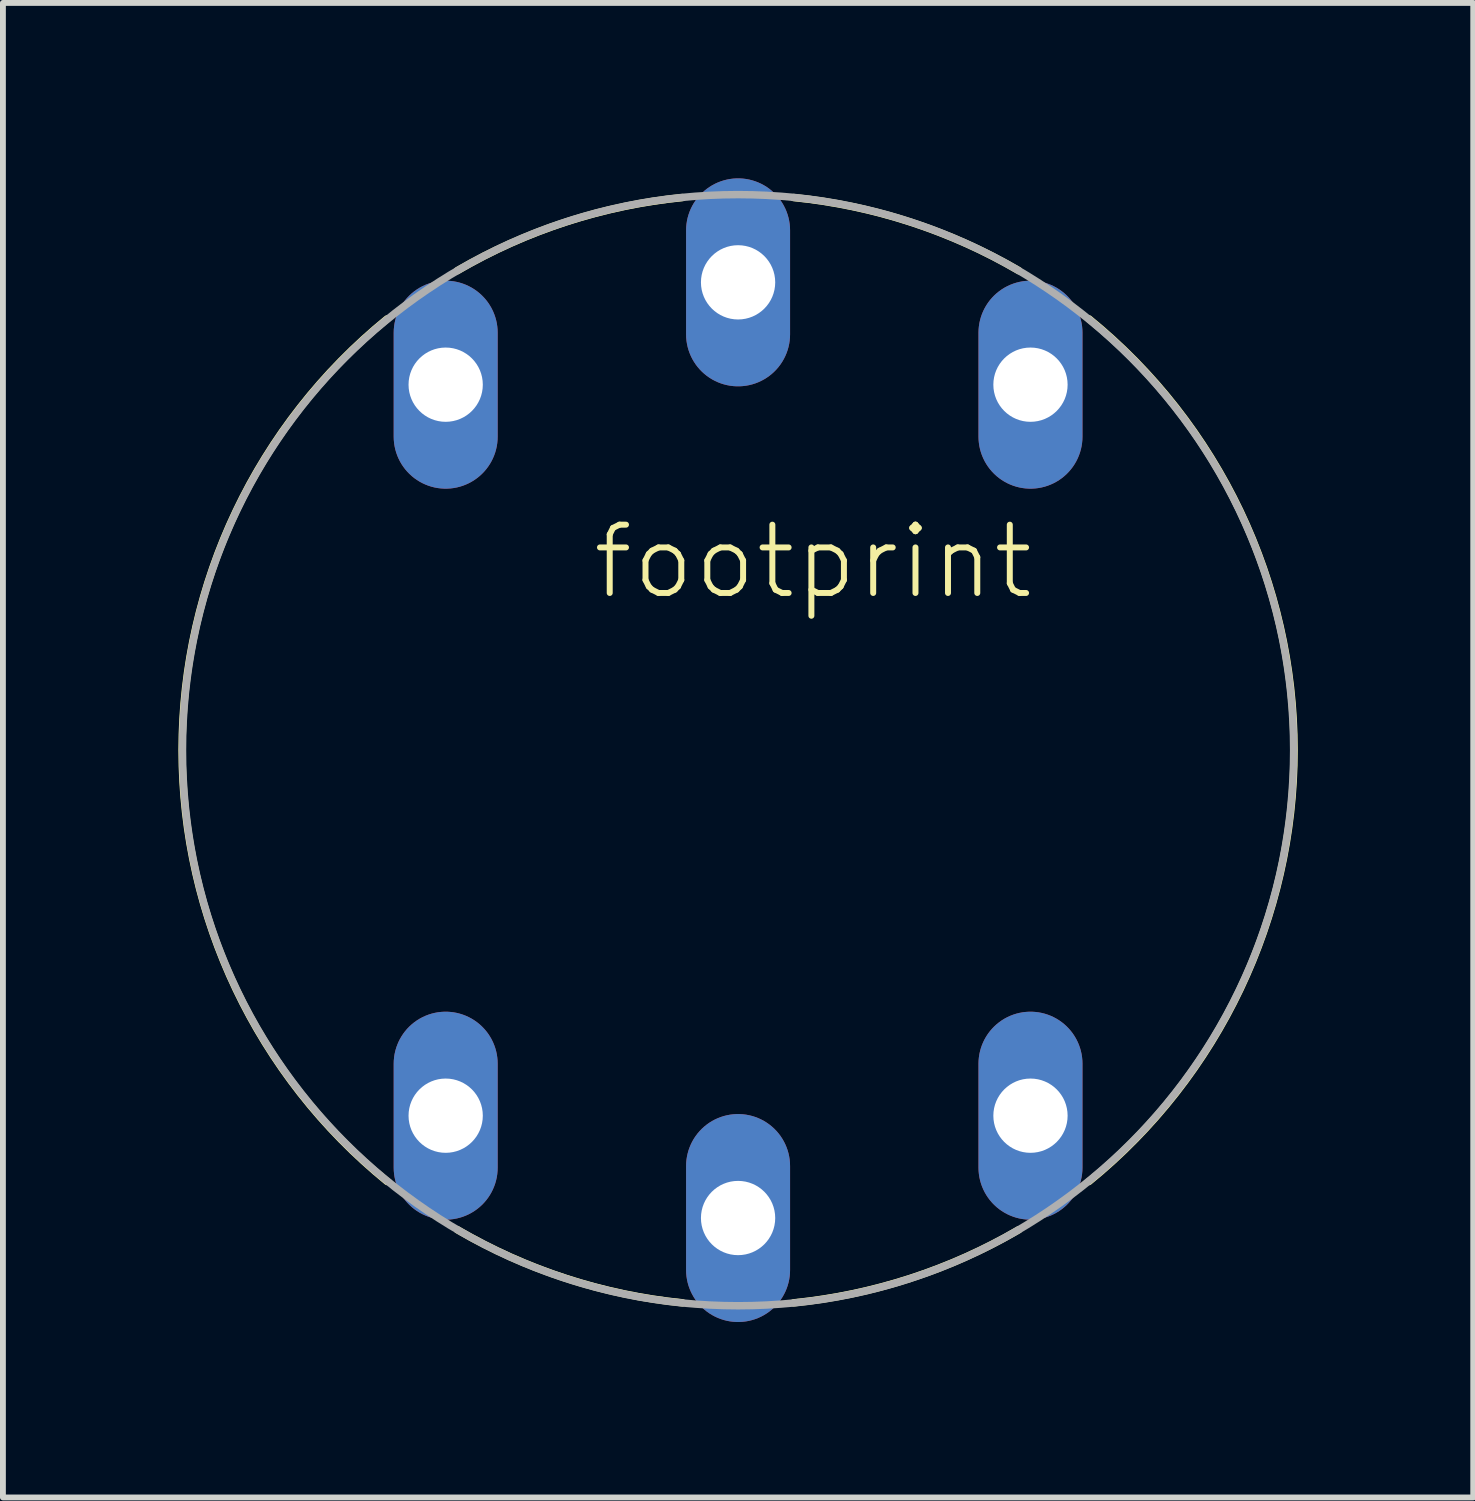
<source format=kicad_pcb>
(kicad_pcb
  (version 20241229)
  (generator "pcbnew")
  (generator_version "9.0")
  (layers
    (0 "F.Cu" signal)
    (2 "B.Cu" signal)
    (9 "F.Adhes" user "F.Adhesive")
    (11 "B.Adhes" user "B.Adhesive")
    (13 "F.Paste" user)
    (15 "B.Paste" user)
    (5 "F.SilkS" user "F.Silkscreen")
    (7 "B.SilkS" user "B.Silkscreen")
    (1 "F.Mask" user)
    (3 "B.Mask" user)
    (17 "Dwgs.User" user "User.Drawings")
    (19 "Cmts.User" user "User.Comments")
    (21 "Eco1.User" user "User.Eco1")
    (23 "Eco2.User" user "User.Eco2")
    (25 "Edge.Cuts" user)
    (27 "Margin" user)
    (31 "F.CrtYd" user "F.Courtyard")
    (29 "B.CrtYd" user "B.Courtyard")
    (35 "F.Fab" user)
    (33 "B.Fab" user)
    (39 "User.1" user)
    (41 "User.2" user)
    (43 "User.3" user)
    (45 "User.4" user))
  (footprint "footprint"
    (layer "F.Cu")
    (at 9.571 9.778)
    (property "Reference" "footprint" (at -2.54 -2.54 0) (layer "F.SilkS") (effects (font (size 1.168 1.168) (thickness 0.102)) (justify left bottom)))
    (fp_arc (start -6 7.375) (mid -9.507398 0) (end -6 -7.375) (stroke (width 0.127) (type solid)) (layer "F.SilkS"))
    (fp_arc (start -4.8 -8.2) (mid -2.942373 -9.032509) (end -0.95 -9.45) (stroke (width 0.127) (type solid)) (layer "F.SilkS"))
    (fp_arc (start -0.95 9.45) (mid -2.942374 9.032511) (end -4.8 8.2) (stroke (width 0.127) (type solid)) (layer "F.SilkS"))
    (fp_arc (start 0.95 -9.45) (mid 2.942373 -9.032508) (end 4.8 -8.2) (stroke (width 0.127) (type solid)) (layer "F.SilkS"))
    (fp_arc (start 4.8 8.2) (mid 2.942373 9.032509) (end 0.95 9.45) (stroke (width 0.127) (type solid)) (layer "F.SilkS"))
    (fp_arc (start 6 -7.375) (mid 9.507398 0) (end 6 7.375) (stroke (width 0.127) (type solid)) (layer "F.SilkS"))
    (fp_circle (center 0 0) (end 9.5 0) (stroke (width 0.127) (type solid)) (fill no) (layer "F.Fab"))
    (pad "1" thru_hole oval (at -5 6.25 90) (size 3.556 1.778) (drill 1.27) (layers "*.Cu" "*.Mask"))
    (pad "2" thru_hole oval (at -5 -6.25 90) (size 3.556 1.778) (drill 1.27) (layers "*.Cu" "*.Mask"))
    (pad "3" thru_hole oval (at 5 6.25 90) (size 3.556 1.778) (drill 1.27) (layers "*.Cu" "*.Mask"))
    (pad "4" thru_hole oval (at 5 -6.25 90) (size 3.556 1.778) (drill 1.27) (layers "*.Cu" "*.Mask"))
    (pad "5" thru_hole oval (at 0 8 90) (size 3.556 1.778) (drill 1.27) (layers "*.Cu" "*.Mask"))
    (pad "6" thru_hole oval (at 0 -8 90) (size 3.556 1.778) (drill 1.27) (layers "*.Cu" "*.Mask")))
  (gr_rect
    (start -3 -3)
    (end 22.142 22.556)
    (stroke (width 0.1) (type default))
    (fill no)
    (layer "Edge.Cuts")))
</source>
